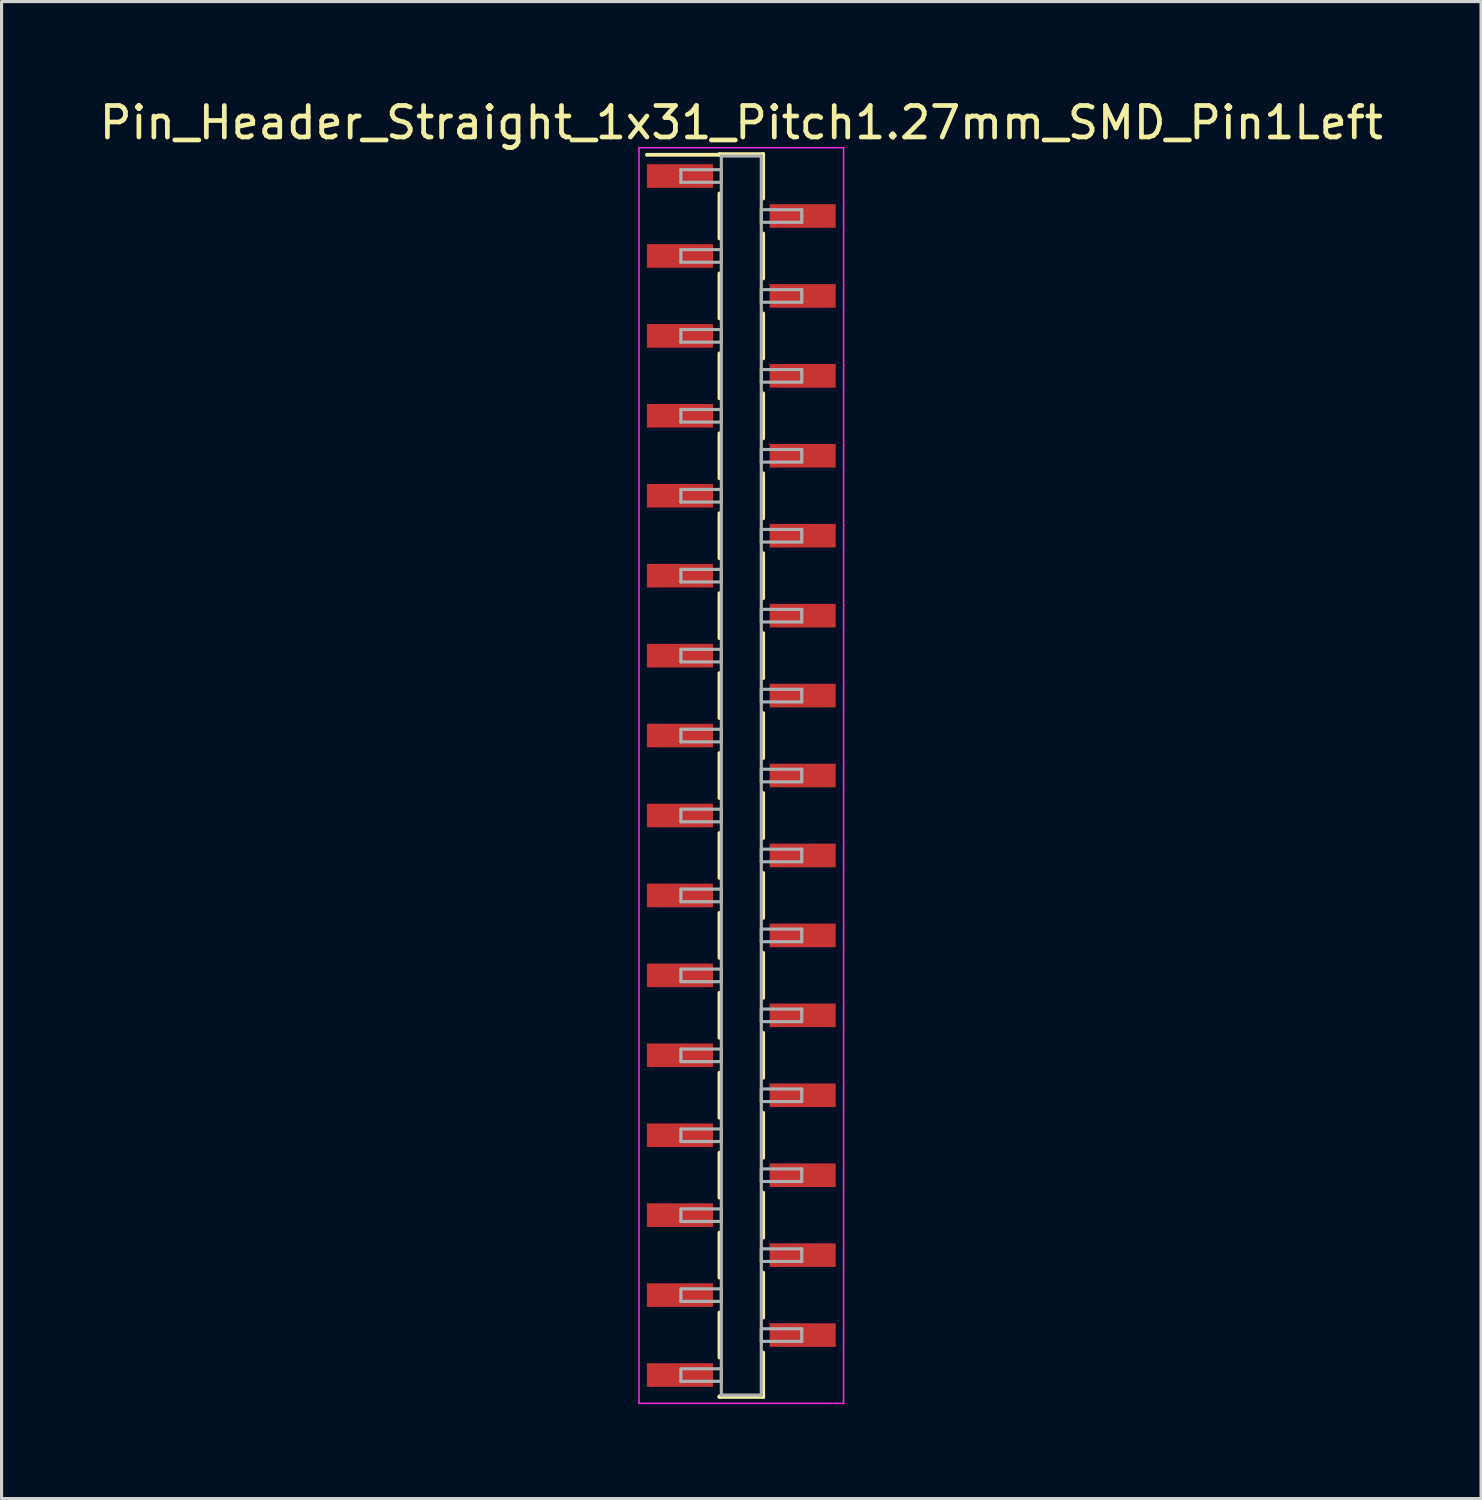
<source format=kicad_pcb>
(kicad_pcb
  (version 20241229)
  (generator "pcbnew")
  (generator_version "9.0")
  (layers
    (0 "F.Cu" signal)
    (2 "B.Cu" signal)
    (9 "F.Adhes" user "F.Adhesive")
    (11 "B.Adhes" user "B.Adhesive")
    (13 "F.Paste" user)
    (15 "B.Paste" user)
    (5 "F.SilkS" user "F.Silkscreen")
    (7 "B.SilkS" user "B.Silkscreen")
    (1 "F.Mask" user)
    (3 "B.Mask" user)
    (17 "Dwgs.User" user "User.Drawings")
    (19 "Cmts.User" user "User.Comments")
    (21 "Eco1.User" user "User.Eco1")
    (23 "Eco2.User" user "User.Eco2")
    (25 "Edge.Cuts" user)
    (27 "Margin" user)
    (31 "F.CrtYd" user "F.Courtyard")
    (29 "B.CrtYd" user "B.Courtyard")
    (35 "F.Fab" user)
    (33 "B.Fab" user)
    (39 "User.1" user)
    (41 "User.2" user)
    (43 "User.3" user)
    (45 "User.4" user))
  (footprint "Pin_Header_Straight_1x31_Pitch1.27mm_SMD_Pin1Left"
    (layer "F.Cu")
    (at 20.506 21.593)
    (property "Reference" "Pin_Header_Straight_1x31_Pitch1.27mm_SMD_Pin1Left" (at 0 -20.745 0) (layer "F.SilkS") (effects (font (size 1 1) (thickness 0.15))))
    (attr smd)
    (fp_line (start -0.695 -19.745) (end 0.695 -19.745) (stroke (width 0.12) (type solid)) (layer "F.SilkS"))
    (fp_line (start -0.695 -19.725) (end -3 -19.725) (stroke (width 0.12) (type solid)) (layer "F.SilkS"))
    (fp_line (start -0.695 -19.725) (end -0.695 -19.745) (stroke (width 0.12) (type solid)) (layer "F.SilkS"))
    (fp_line (start -0.695 -18.495) (end -0.695 -17.065) (stroke (width 0.12) (type solid)) (layer "F.SilkS"))
    (fp_line (start -0.695 -15.955) (end -0.695 -14.525) (stroke (width 0.12) (type solid)) (layer "F.SilkS"))
    (fp_line (start -0.695 -13.415) (end -0.695 -11.985) (stroke (width 0.12) (type solid)) (layer "F.SilkS"))
    (fp_line (start -0.695 -10.875) (end -0.695 -9.445) (stroke (width 0.12) (type solid)) (layer "F.SilkS"))
    (fp_line (start -0.695 -8.335) (end -0.695 -6.905) (stroke (width 0.12) (type solid)) (layer "F.SilkS"))
    (fp_line (start -0.695 -5.795) (end -0.695 -4.365) (stroke (width 0.12) (type solid)) (layer "F.SilkS"))
    (fp_line (start -0.695 -3.255) (end -0.695 -1.825) (stroke (width 0.12) (type solid)) (layer "F.SilkS"))
    (fp_line (start -0.695 -0.715) (end -0.695 0.715) (stroke (width 0.12) (type solid)) (layer "F.SilkS"))
    (fp_line (start -0.695 1.825) (end -0.695 3.255) (stroke (width 0.12) (type solid)) (layer "F.SilkS"))
    (fp_line (start -0.695 4.365) (end -0.695 5.795) (stroke (width 0.12) (type solid)) (layer "F.SilkS"))
    (fp_line (start -0.695 6.905) (end -0.695 8.335) (stroke (width 0.12) (type solid)) (layer "F.SilkS"))
    (fp_line (start -0.695 9.445) (end -0.695 10.875) (stroke (width 0.12) (type solid)) (layer "F.SilkS"))
    (fp_line (start -0.695 11.985) (end -0.695 13.415) (stroke (width 0.12) (type solid)) (layer "F.SilkS"))
    (fp_line (start -0.695 14.525) (end -0.695 15.955) (stroke (width 0.12) (type solid)) (layer "F.SilkS"))
    (fp_line (start -0.695 17.065) (end -0.695 18.495) (stroke (width 0.12) (type solid)) (layer "F.SilkS"))
    (fp_line (start -0.695 19.725) (end -0.695 19.745) (stroke (width 0.12) (type solid)) (layer "F.SilkS"))
    (fp_line (start -0.695 19.745) (end 0.695 19.745) (stroke (width 0.12) (type solid)) (layer "F.SilkS"))
    (fp_line (start 0.695 -19.745) (end 0.695 -19.725) (stroke (width 0.12) (type solid)) (layer "F.SilkS"))
    (fp_line (start 0.695 -19.745) (end 0.695 -18.335) (stroke (width 0.12) (type solid)) (layer "F.SilkS"))
    (fp_line (start 0.695 -17.225) (end 0.695 -15.795) (stroke (width 0.12) (type solid)) (layer "F.SilkS"))
    (fp_line (start 0.695 -14.685) (end 0.695 -13.255) (stroke (width 0.12) (type solid)) (layer "F.SilkS"))
    (fp_line (start 0.695 -12.145) (end 0.695 -10.715) (stroke (width 0.12) (type solid)) (layer "F.SilkS"))
    (fp_line (start 0.695 -9.605) (end 0.695 -8.175) (stroke (width 0.12) (type solid)) (layer "F.SilkS"))
    (fp_line (start 0.695 -7.065) (end 0.695 -5.635) (stroke (width 0.12) (type solid)) (layer "F.SilkS"))
    (fp_line (start 0.695 -4.525) (end 0.695 -3.095) (stroke (width 0.12) (type solid)) (layer "F.SilkS"))
    (fp_line (start 0.695 -1.985) (end 0.695 -0.555) (stroke (width 0.12) (type solid)) (layer "F.SilkS"))
    (fp_line (start 0.695 0.555) (end 0.695 1.985) (stroke (width 0.12) (type solid)) (layer "F.SilkS"))
    (fp_line (start 0.695 3.095) (end 0.695 4.525) (stroke (width 0.12) (type solid)) (layer "F.SilkS"))
    (fp_line (start 0.695 5.635) (end 0.695 7.065) (stroke (width 0.12) (type solid)) (layer "F.SilkS"))
    (fp_line (start 0.695 8.175) (end 0.695 9.605) (stroke (width 0.12) (type solid)) (layer "F.SilkS"))
    (fp_line (start 0.695 10.715) (end 0.695 12.145) (stroke (width 0.12) (type solid)) (layer "F.SilkS"))
    (fp_line (start 0.695 13.255) (end 0.695 14.685) (stroke (width 0.12) (type solid)) (layer "F.SilkS"))
    (fp_line (start 0.695 15.795) (end 0.695 17.225) (stroke (width 0.12) (type solid)) (layer "F.SilkS"))
    (fp_line (start 0.695 18.335) (end 0.695 19.745) (stroke (width 0.12) (type solid)) (layer "F.SilkS"))
    (fp_line (start 0.695 19.745) (end 0.695 19.725) (stroke (width 0.12) (type solid)) (layer "F.SilkS"))
    (fp_line (start -3.25 -19.95) (end -3.25 19.95) (stroke (width 0.05) (type solid)) (layer "F.CrtYd"))
    (fp_line (start -3.25 19.95) (end 3.25 19.95) (stroke (width 0.05) (type solid)) (layer "F.CrtYd"))
    (fp_line (start 3.25 -19.95) (end -3.25 -19.95) (stroke (width 0.05) (type solid)) (layer "F.CrtYd"))
    (fp_line (start 3.25 19.95) (end 3.25 -19.95) (stroke (width 0.05) (type solid)) (layer "F.CrtYd"))
    (fp_line (start -1.92 -19.25) (end -0.635 -19.25) (stroke (width 0.1) (type solid)) (layer "F.Fab"))
    (fp_line (start -1.92 -18.85) (end -1.92 -19.25) (stroke (width 0.1) (type solid)) (layer "F.Fab"))
    (fp_line (start -1.92 -16.71) (end -0.635 -16.71) (stroke (width 0.1) (type solid)) (layer "F.Fab"))
    (fp_line (start -1.92 -16.31) (end -1.92 -16.71) (stroke (width 0.1) (type solid)) (layer "F.Fab"))
    (fp_line (start -1.92 -14.17) (end -0.635 -14.17) (stroke (width 0.1) (type solid)) (layer "F.Fab"))
    (fp_line (start -1.92 -13.77) (end -1.92 -14.17) (stroke (width 0.1) (type solid)) (layer "F.Fab"))
    (fp_line (start -1.92 -11.63) (end -0.635 -11.63) (stroke (width 0.1) (type solid)) (layer "F.Fab"))
    (fp_line (start -1.92 -11.23) (end -1.92 -11.63) (stroke (width 0.1) (type solid)) (layer "F.Fab"))
    (fp_line (start -1.92 -9.09) (end -0.635 -9.09) (stroke (width 0.1) (type solid)) (layer "F.Fab"))
    (fp_line (start -1.92 -8.69) (end -1.92 -9.09) (stroke (width 0.1) (type solid)) (layer "F.Fab"))
    (fp_line (start -1.92 -6.55) (end -0.635 -6.55) (stroke (width 0.1) (type solid)) (layer "F.Fab"))
    (fp_line (start -1.92 -6.15) (end -1.92 -6.55) (stroke (width 0.1) (type solid)) (layer "F.Fab"))
    (fp_line (start -1.92 -4.01) (end -0.635 -4.01) (stroke (width 0.1) (type solid)) (layer "F.Fab"))
    (fp_line (start -1.92 -3.61) (end -1.92 -4.01) (stroke (width 0.1) (type solid)) (layer "F.Fab"))
    (fp_line (start -1.92 -1.47) (end -0.635 -1.47) (stroke (width 0.1) (type solid)) (layer "F.Fab"))
    (fp_line (start -1.92 -1.07) (end -1.92 -1.47) (stroke (width 0.1) (type solid)) (layer "F.Fab"))
    (fp_line (start -1.92 1.07) (end -0.635 1.07) (stroke (width 0.1) (type solid)) (layer "F.Fab"))
    (fp_line (start -1.92 1.47) (end -1.92 1.07) (stroke (width 0.1) (type solid)) (layer "F.Fab"))
    (fp_line (start -1.92 3.61) (end -0.635 3.61) (stroke (width 0.1) (type solid)) (layer "F.Fab"))
    (fp_line (start -1.92 4.01) (end -1.92 3.61) (stroke (width 0.1) (type solid)) (layer "F.Fab"))
    (fp_line (start -1.92 6.15) (end -0.635 6.15) (stroke (width 0.1) (type solid)) (layer "F.Fab"))
    (fp_line (start -1.92 6.55) (end -1.92 6.15) (stroke (width 0.1) (type solid)) (layer "F.Fab"))
    (fp_line (start -1.92 8.69) (end -0.635 8.69) (stroke (width 0.1) (type solid)) (layer "F.Fab"))
    (fp_line (start -1.92 9.09) (end -1.92 8.69) (stroke (width 0.1) (type solid)) (layer "F.Fab"))
    (fp_line (start -1.92 11.23) (end -0.635 11.23) (stroke (width 0.1) (type solid)) (layer "F.Fab"))
    (fp_line (start -1.92 11.63) (end -1.92 11.23) (stroke (width 0.1) (type solid)) (layer "F.Fab"))
    (fp_line (start -1.92 13.77) (end -0.635 13.77) (stroke (width 0.1) (type solid)) (layer "F.Fab"))
    (fp_line (start -1.92 14.17) (end -1.92 13.77) (stroke (width 0.1) (type solid)) (layer "F.Fab"))
    (fp_line (start -1.92 16.31) (end -0.635 16.31) (stroke (width 0.1) (type solid)) (layer "F.Fab"))
    (fp_line (start -1.92 16.71) (end -1.92 16.31) (stroke (width 0.1) (type solid)) (layer "F.Fab"))
    (fp_line (start -1.92 18.85) (end -0.635 18.85) (stroke (width 0.1) (type solid)) (layer "F.Fab"))
    (fp_line (start -1.92 19.25) (end -1.92 18.85) (stroke (width 0.1) (type solid)) (layer "F.Fab"))
    (fp_line (start -0.635 -19.685) (end -0.635 19.685) (stroke (width 0.1) (type solid)) (layer "F.Fab"))
    (fp_line (start -0.635 -19.25) (end -0.635 -18.85) (stroke (width 0.1) (type solid)) (layer "F.Fab"))
    (fp_line (start -0.635 -18.85) (end -1.92 -18.85) (stroke (width 0.1) (type solid)) (layer "F.Fab"))
    (fp_line (start -0.635 -16.71) (end -0.635 -16.31) (stroke (width 0.1) (type solid)) (layer "F.Fab"))
    (fp_line (start -0.635 -16.31) (end -1.92 -16.31) (stroke (width 0.1) (type solid)) (layer "F.Fab"))
    (fp_line (start -0.635 -14.17) (end -0.635 -13.77) (stroke (width 0.1) (type solid)) (layer "F.Fab"))
    (fp_line (start -0.635 -13.77) (end -1.92 -13.77) (stroke (width 0.1) (type solid)) (layer "F.Fab"))
    (fp_line (start -0.635 -11.63) (end -0.635 -11.23) (stroke (width 0.1) (type solid)) (layer "F.Fab"))
    (fp_line (start -0.635 -11.23) (end -1.92 -11.23) (stroke (width 0.1) (type solid)) (layer "F.Fab"))
    (fp_line (start -0.635 -9.09) (end -0.635 -8.69) (stroke (width 0.1) (type solid)) (layer "F.Fab"))
    (fp_line (start -0.635 -8.69) (end -1.92 -8.69) (stroke (width 0.1) (type solid)) (layer "F.Fab"))
    (fp_line (start -0.635 -6.55) (end -0.635 -6.15) (stroke (width 0.1) (type solid)) (layer "F.Fab"))
    (fp_line (start -0.635 -6.15) (end -1.92 -6.15) (stroke (width 0.1) (type solid)) (layer "F.Fab"))
    (fp_line (start -0.635 -4.01) (end -0.635 -3.61) (stroke (width 0.1) (type solid)) (layer "F.Fab"))
    (fp_line (start -0.635 -3.61) (end -1.92 -3.61) (stroke (width 0.1) (type solid)) (layer "F.Fab"))
    (fp_line (start -0.635 -1.47) (end -0.635 -1.07) (stroke (width 0.1) (type solid)) (layer "F.Fab"))
    (fp_line (start -0.635 -1.07) (end -1.92 -1.07) (stroke (width 0.1) (type solid)) (layer "F.Fab"))
    (fp_line (start -0.635 1.07) (end -0.635 1.47) (stroke (width 0.1) (type solid)) (layer "F.Fab"))
    (fp_line (start -0.635 1.47) (end -1.92 1.47) (stroke (width 0.1) (type solid)) (layer "F.Fab"))
    (fp_line (start -0.635 3.61) (end -0.635 4.01) (stroke (width 0.1) (type solid)) (layer "F.Fab"))
    (fp_line (start -0.635 4.01) (end -1.92 4.01) (stroke (width 0.1) (type solid)) (layer "F.Fab"))
    (fp_line (start -0.635 6.15) (end -0.635 6.55) (stroke (width 0.1) (type solid)) (layer "F.Fab"))
    (fp_line (start -0.635 6.55) (end -1.92 6.55) (stroke (width 0.1) (type solid)) (layer "F.Fab"))
    (fp_line (start -0.635 8.69) (end -0.635 9.09) (stroke (width 0.1) (type solid)) (layer "F.Fab"))
    (fp_line (start -0.635 9.09) (end -1.92 9.09) (stroke (width 0.1) (type solid)) (layer "F.Fab"))
    (fp_line (start -0.635 11.23) (end -0.635 11.63) (stroke (width 0.1) (type solid)) (layer "F.Fab"))
    (fp_line (start -0.635 11.63) (end -1.92 11.63) (stroke (width 0.1) (type solid)) (layer "F.Fab"))
    (fp_line (start -0.635 13.77) (end -0.635 14.17) (stroke (width 0.1) (type solid)) (layer "F.Fab"))
    (fp_line (start -0.635 14.17) (end -1.92 14.17) (stroke (width 0.1) (type solid)) (layer "F.Fab"))
    (fp_line (start -0.635 16.31) (end -0.635 16.71) (stroke (width 0.1) (type solid)) (layer "F.Fab"))
    (fp_line (start -0.635 16.71) (end -1.92 16.71) (stroke (width 0.1) (type solid)) (layer "F.Fab"))
    (fp_line (start -0.635 18.85) (end -0.635 19.25) (stroke (width 0.1) (type solid)) (layer "F.Fab"))
    (fp_line (start -0.635 19.25) (end -1.92 19.25) (stroke (width 0.1) (type solid)) (layer "F.Fab"))
    (fp_line (start -0.635 19.685) (end 0.635 19.685) (stroke (width 0.1) (type solid)) (layer "F.Fab"))
    (fp_line (start 0.635 -19.685) (end -0.635 -19.685) (stroke (width 0.1) (type solid)) (layer "F.Fab"))
    (fp_line (start 0.635 -17.98) (end 0.635 -17.58) (stroke (width 0.1) (type solid)) (layer "F.Fab"))
    (fp_line (start 0.635 -17.58) (end 1.92 -17.58) (stroke (width 0.1) (type solid)) (layer "F.Fab"))
    (fp_line (start 0.635 -15.44) (end 0.635 -15.04) (stroke (width 0.1) (type solid)) (layer "F.Fab"))
    (fp_line (start 0.635 -15.04) (end 1.92 -15.04) (stroke (width 0.1) (type solid)) (layer "F.Fab"))
    (fp_line (start 0.635 -12.9) (end 0.635 -12.5) (stroke (width 0.1) (type solid)) (layer "F.Fab"))
    (fp_line (start 0.635 -12.5) (end 1.92 -12.5) (stroke (width 0.1) (type solid)) (layer "F.Fab"))
    (fp_line (start 0.635 -10.36) (end 0.635 -9.96) (stroke (width 0.1) (type solid)) (layer "F.Fab"))
    (fp_line (start 0.635 -9.96) (end 1.92 -9.96) (stroke (width 0.1) (type solid)) (layer "F.Fab"))
    (fp_line (start 0.635 -7.82) (end 0.635 -7.42) (stroke (width 0.1) (type solid)) (layer "F.Fab"))
    (fp_line (start 0.635 -7.42) (end 1.92 -7.42) (stroke (width 0.1) (type solid)) (layer "F.Fab"))
    (fp_line (start 0.635 -5.28) (end 0.635 -4.88) (stroke (width 0.1) (type solid)) (layer "F.Fab"))
    (fp_line (start 0.635 -4.88) (end 1.92 -4.88) (stroke (width 0.1) (type solid)) (layer "F.Fab"))
    (fp_line (start 0.635 -2.74) (end 0.635 -2.34) (stroke (width 0.1) (type solid)) (layer "F.Fab"))
    (fp_line (start 0.635 -2.34) (end 1.92 -2.34) (stroke (width 0.1) (type solid)) (layer "F.Fab"))
    (fp_line (start 0.635 -0.2) (end 0.635 0.2) (stroke (width 0.1) (type solid)) (layer "F.Fab"))
    (fp_line (start 0.635 0.2) (end 1.92 0.2) (stroke (width 0.1) (type solid)) (layer "F.Fab"))
    (fp_line (start 0.635 2.34) (end 0.635 2.74) (stroke (width 0.1) (type solid)) (layer "F.Fab"))
    (fp_line (start 0.635 2.74) (end 1.92 2.74) (stroke (width 0.1) (type solid)) (layer "F.Fab"))
    (fp_line (start 0.635 4.88) (end 0.635 5.28) (stroke (width 0.1) (type solid)) (layer "F.Fab"))
    (fp_line (start 0.635 5.28) (end 1.92 5.28) (stroke (width 0.1) (type solid)) (layer "F.Fab"))
    (fp_line (start 0.635 7.42) (end 0.635 7.82) (stroke (width 0.1) (type solid)) (layer "F.Fab"))
    (fp_line (start 0.635 7.82) (end 1.92 7.82) (stroke (width 0.1) (type solid)) (layer "F.Fab"))
    (fp_line (start 0.635 9.96) (end 0.635 10.36) (stroke (width 0.1) (type solid)) (layer "F.Fab"))
    (fp_line (start 0.635 10.36) (end 1.92 10.36) (stroke (width 0.1) (type solid)) (layer "F.Fab"))
    (fp_line (start 0.635 12.5) (end 0.635 12.9) (stroke (width 0.1) (type solid)) (layer "F.Fab"))
    (fp_line (start 0.635 12.9) (end 1.92 12.9) (stroke (width 0.1) (type solid)) (layer "F.Fab"))
    (fp_line (start 0.635 15.04) (end 0.635 15.44) (stroke (width 0.1) (type solid)) (layer "F.Fab"))
    (fp_line (start 0.635 15.44) (end 1.92 15.44) (stroke (width 0.1) (type solid)) (layer "F.Fab"))
    (fp_line (start 0.635 17.58) (end 0.635 17.98) (stroke (width 0.1) (type solid)) (layer "F.Fab"))
    (fp_line (start 0.635 17.98) (end 1.92 17.98) (stroke (width 0.1) (type solid)) (layer "F.Fab"))
    (fp_line (start 0.635 19.685) (end 0.635 -19.685) (stroke (width 0.1) (type solid)) (layer "F.Fab"))
    (fp_line (start 1.92 -17.98) (end 0.635 -17.98) (stroke (width 0.1) (type solid)) (layer "F.Fab"))
    (fp_line (start 1.92 -17.58) (end 1.92 -17.98) (stroke (width 0.1) (type solid)) (layer "F.Fab"))
    (fp_line (start 1.92 -15.44) (end 0.635 -15.44) (stroke (width 0.1) (type solid)) (layer "F.Fab"))
    (fp_line (start 1.92 -15.04) (end 1.92 -15.44) (stroke (width 0.1) (type solid)) (layer "F.Fab"))
    (fp_line (start 1.92 -12.9) (end 0.635 -12.9) (stroke (width 0.1) (type solid)) (layer "F.Fab"))
    (fp_line (start 1.92 -12.5) (end 1.92 -12.9) (stroke (width 0.1) (type solid)) (layer "F.Fab"))
    (fp_line (start 1.92 -10.36) (end 0.635 -10.36) (stroke (width 0.1) (type solid)) (layer "F.Fab"))
    (fp_line (start 1.92 -9.96) (end 1.92 -10.36) (stroke (width 0.1) (type solid)) (layer "F.Fab"))
    (fp_line (start 1.92 -7.82) (end 0.635 -7.82) (stroke (width 0.1) (type solid)) (layer "F.Fab"))
    (fp_line (start 1.92 -7.42) (end 1.92 -7.82) (stroke (width 0.1) (type solid)) (layer "F.Fab"))
    (fp_line (start 1.92 -5.28) (end 0.635 -5.28) (stroke (width 0.1) (type solid)) (layer "F.Fab"))
    (fp_line (start 1.92 -4.88) (end 1.92 -5.28) (stroke (width 0.1) (type solid)) (layer "F.Fab"))
    (fp_line (start 1.92 -2.74) (end 0.635 -2.74) (stroke (width 0.1) (type solid)) (layer "F.Fab"))
    (fp_line (start 1.92 -2.34) (end 1.92 -2.74) (stroke (width 0.1) (type solid)) (layer "F.Fab"))
    (fp_line (start 1.92 -0.2) (end 0.635 -0.2) (stroke (width 0.1) (type solid)) (layer "F.Fab"))
    (fp_line (start 1.92 0.2) (end 1.92 -0.2) (stroke (width 0.1) (type solid)) (layer "F.Fab"))
    (fp_line (start 1.92 2.34) (end 0.635 2.34) (stroke (width 0.1) (type solid)) (layer "F.Fab"))
    (fp_line (start 1.92 2.74) (end 1.92 2.34) (stroke (width 0.1) (type solid)) (layer "F.Fab"))
    (fp_line (start 1.92 4.88) (end 0.635 4.88) (stroke (width 0.1) (type solid)) (layer "F.Fab"))
    (fp_line (start 1.92 5.28) (end 1.92 4.88) (stroke (width 0.1) (type solid)) (layer "F.Fab"))
    (fp_line (start 1.92 7.42) (end 0.635 7.42) (stroke (width 0.1) (type solid)) (layer "F.Fab"))
    (fp_line (start 1.92 7.82) (end 1.92 7.42) (stroke (width 0.1) (type solid)) (layer "F.Fab"))
    (fp_line (start 1.92 9.96) (end 0.635 9.96) (stroke (width 0.1) (type solid)) (layer "F.Fab"))
    (fp_line (start 1.92 10.36) (end 1.92 9.96) (stroke (width 0.1) (type solid)) (layer "F.Fab"))
    (fp_line (start 1.92 12.5) (end 0.635 12.5) (stroke (width 0.1) (type solid)) (layer "F.Fab"))
    (fp_line (start 1.92 12.9) (end 1.92 12.5) (stroke (width 0.1) (type solid)) (layer "F.Fab"))
    (fp_line (start 1.92 15.04) (end 0.635 15.04) (stroke (width 0.1) (type solid)) (layer "F.Fab"))
    (fp_line (start 1.92 15.44) (end 1.92 15.04) (stroke (width 0.1) (type solid)) (layer "F.Fab"))
    (fp_line (start 1.92 17.58) (end 0.635 17.58) (stroke (width 0.1) (type solid)) (layer "F.Fab"))
    (fp_line (start 1.92 17.98) (end 1.92 17.58) (stroke (width 0.1) (type solid)) (layer "F.Fab"))
    (pad "1" smd rect (at -1.95 -19.05) (size 2.1 0.75) (layers "F.Cu" "F.Mask"))
    (pad "2" smd rect (at 1.95 -17.78) (size 2.1 0.75) (layers "F.Cu" "F.Mask"))
    (pad "3" smd rect (at -1.95 -16.51) (size 2.1 0.75) (layers "F.Cu" "F.Mask"))
    (pad "4" smd rect (at 1.95 -15.24) (size 2.1 0.75) (layers "F.Cu" "F.Mask"))
    (pad "5" smd rect (at -1.95 -13.97) (size 2.1 0.75) (layers "F.Cu" "F.Mask"))
    (pad "6" smd rect (at 1.95 -12.7) (size 2.1 0.75) (layers "F.Cu" "F.Mask"))
    (pad "7" smd rect (at -1.95 -11.43) (size 2.1 0.75) (layers "F.Cu" "F.Mask"))
    (pad "8" smd rect (at 1.95 -10.16) (size 2.1 0.75) (layers "F.Cu" "F.Mask"))
    (pad "9" smd rect (at -1.95 -8.89) (size 2.1 0.75) (layers "F.Cu" "F.Mask"))
    (pad "10" smd rect (at 1.95 -7.62) (size 2.1 0.75) (layers "F.Cu" "F.Mask"))
    (pad "11" smd rect (at -1.95 -6.35) (size 2.1 0.75) (layers "F.Cu" "F.Mask"))
    (pad "12" smd rect (at 1.95 -5.08) (size 2.1 0.75) (layers "F.Cu" "F.Mask"))
    (pad "13" smd rect (at -1.95 -3.81) (size 2.1 0.75) (layers "F.Cu" "F.Mask"))
    (pad "14" smd rect (at 1.95 -2.54) (size 2.1 0.75) (layers "F.Cu" "F.Mask"))
    (pad "15" smd rect (at -1.95 -1.27) (size 2.1 0.75) (layers "F.Cu" "F.Mask"))
    (pad "16" smd rect (at 1.95 0) (size 2.1 0.75) (layers "F.Cu" "F.Mask"))
    (pad "17" smd rect (at -1.95 1.27) (size 2.1 0.75) (layers "F.Cu" "F.Mask"))
    (pad "18" smd rect (at 1.95 2.54) (size 2.1 0.75) (layers "F.Cu" "F.Mask"))
    (pad "19" smd rect (at -1.95 3.81) (size 2.1 0.75) (layers "F.Cu" "F.Mask"))
    (pad "20" smd rect (at 1.95 5.08) (size 2.1 0.75) (layers "F.Cu" "F.Mask"))
    (pad "21" smd rect (at -1.95 6.35) (size 2.1 0.75) (layers "F.Cu" "F.Mask"))
    (pad "22" smd rect (at 1.95 7.62) (size 2.1 0.75) (layers "F.Cu" "F.Mask"))
    (pad "23" smd rect (at -1.95 8.89) (size 2.1 0.75) (layers "F.Cu" "F.Mask"))
    (pad "24" smd rect (at 1.95 10.16) (size 2.1 0.75) (layers "F.Cu" "F.Mask"))
    (pad "25" smd rect (at -1.95 11.43) (size 2.1 0.75) (layers "F.Cu" "F.Mask"))
    (pad "26" smd rect (at 1.95 12.7) (size 2.1 0.75) (layers "F.Cu" "F.Mask"))
    (pad "27" smd rect (at -1.95 13.97) (size 2.1 0.75) (layers "F.Cu" "F.Mask"))
    (pad "28" smd rect (at 1.95 15.24) (size 2.1 0.75) (layers "F.Cu" "F.Mask"))
    (pad "29" smd rect (at -1.95 16.51) (size 2.1 0.75) (layers "F.Cu" "F.Mask"))
    (pad "30" smd rect (at 1.95 17.78) (size 2.1 0.75) (layers "F.Cu" "F.Mask"))
    (pad "31" smd rect (at -1.95 19.05) (size 2.1 0.75) (layers "F.Cu" "F.Mask")))
  (gr_rect
    (start -3 -3)
    (end 44.012 44.568)
    (stroke (width 0.1) (type default))
    (fill no)
    (layer "Edge.Cuts")))
</source>
